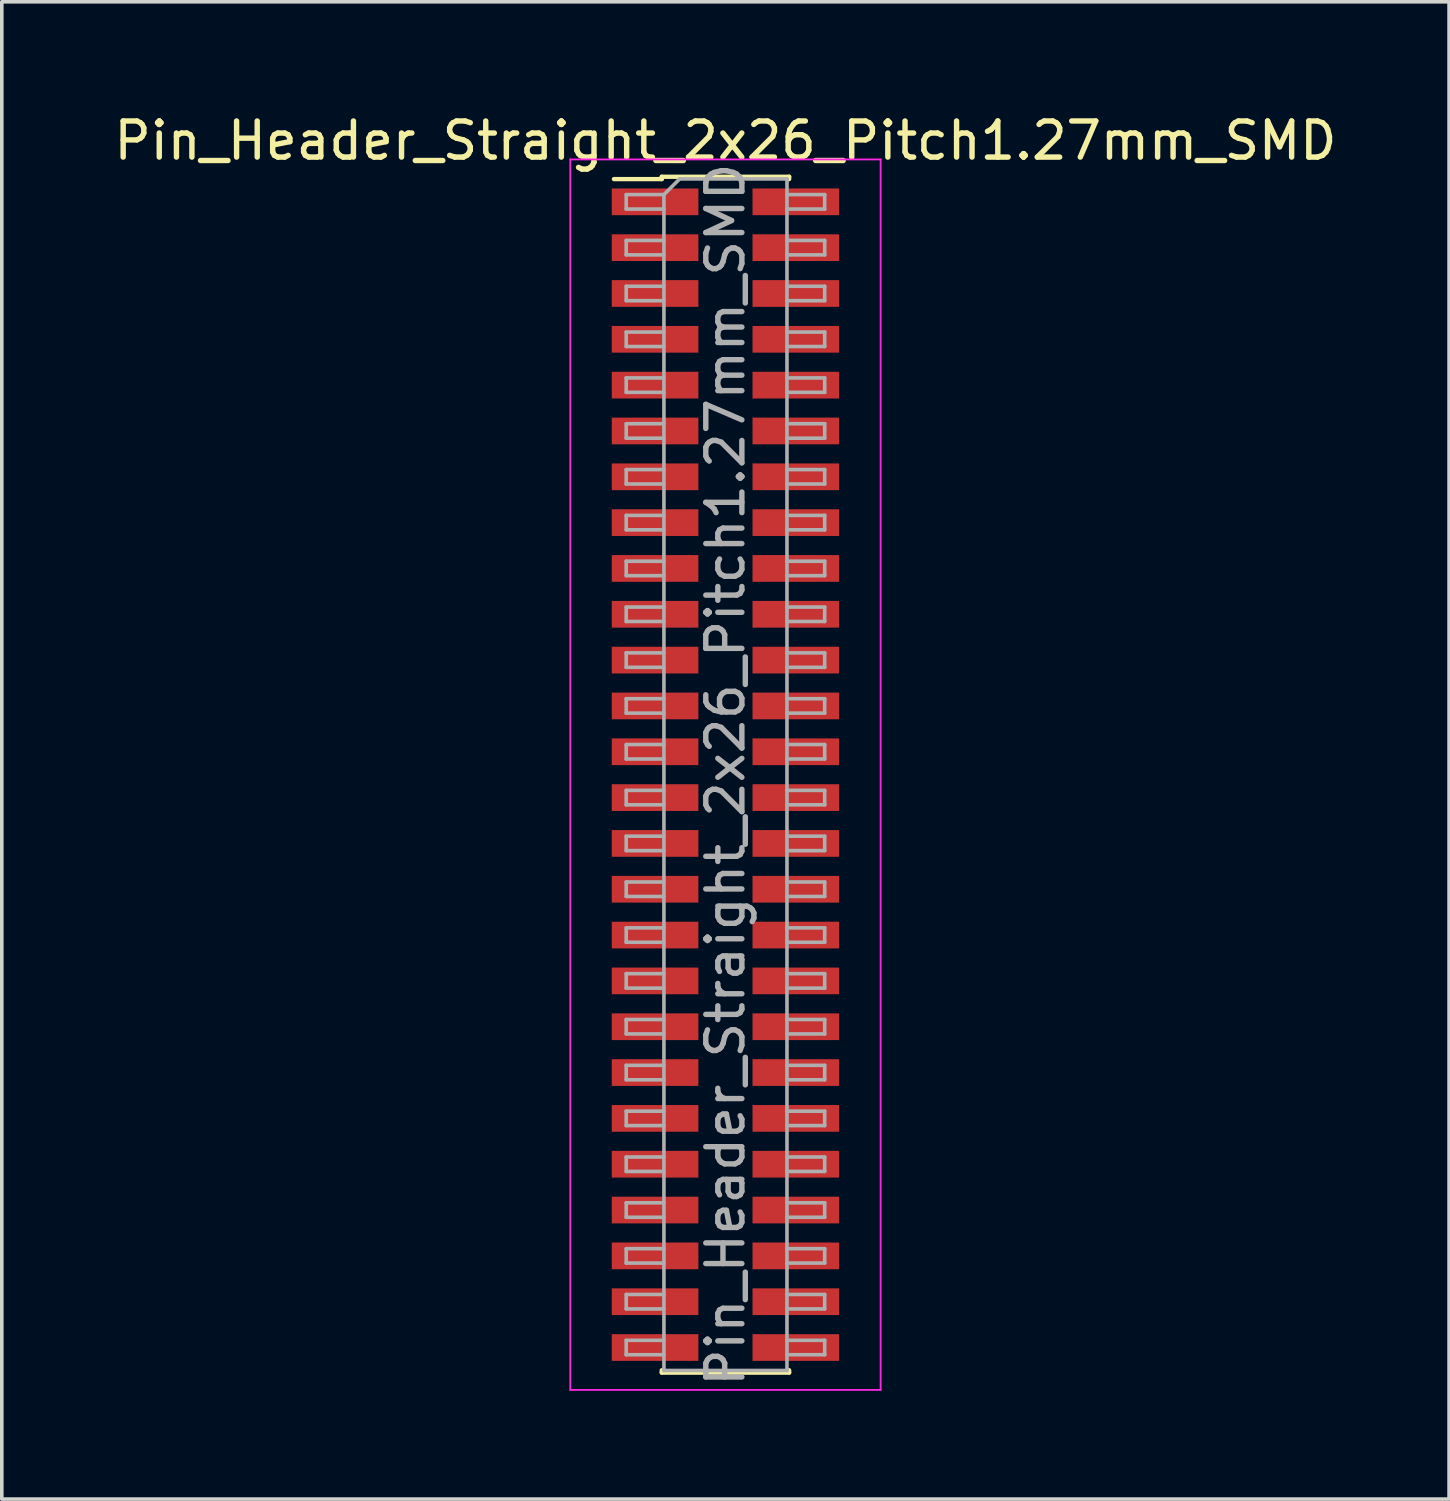
<source format=kicad_pcb>
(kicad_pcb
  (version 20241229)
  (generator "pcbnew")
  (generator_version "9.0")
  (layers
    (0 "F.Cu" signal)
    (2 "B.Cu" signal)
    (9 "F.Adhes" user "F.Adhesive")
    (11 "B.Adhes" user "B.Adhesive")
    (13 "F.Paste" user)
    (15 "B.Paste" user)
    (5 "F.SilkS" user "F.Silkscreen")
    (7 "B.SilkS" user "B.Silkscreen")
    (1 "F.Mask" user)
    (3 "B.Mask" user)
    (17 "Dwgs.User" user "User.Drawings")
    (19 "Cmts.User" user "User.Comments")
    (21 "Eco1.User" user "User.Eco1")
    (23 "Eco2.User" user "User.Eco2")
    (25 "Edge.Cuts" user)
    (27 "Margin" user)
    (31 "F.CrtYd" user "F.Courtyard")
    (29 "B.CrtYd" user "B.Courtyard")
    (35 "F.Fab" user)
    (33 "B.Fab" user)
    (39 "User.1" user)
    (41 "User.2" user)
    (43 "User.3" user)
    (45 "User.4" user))
  (footprint "Pin_Header_Straight_2x26_Pitch1.27mm_SMD"
    (layer "F.Cu")
    (at 17.054 18.418)
    (property "Reference" "Pin_Header_Straight_2x26_Pitch1.27mm_SMD" (at 0 -17.57 0) (layer "F.SilkS") (effects (font (size 1 1) (thickness 0.15))))
    (attr smd)
    (fp_line (start -3.09 -16.505) (end -1.765 -16.505) (stroke (width 0.12) (type solid)) (layer "F.SilkS"))
    (fp_line (start -1.765 -16.57) (end -1.765 -16.505) (stroke (width 0.12) (type solid)) (layer "F.SilkS"))
    (fp_line (start -1.765 -16.57) (end 1.765 -16.57) (stroke (width 0.12) (type solid)) (layer "F.SilkS"))
    (fp_line (start -1.765 16.505) (end -1.765 16.57) (stroke (width 0.12) (type solid)) (layer "F.SilkS"))
    (fp_line (start -1.765 16.57) (end 1.765 16.57) (stroke (width 0.12) (type solid)) (layer "F.SilkS"))
    (fp_line (start 1.765 -16.57) (end 1.765 -16.505) (stroke (width 0.12) (type solid)) (layer "F.SilkS"))
    (fp_line (start 1.765 16.505) (end 1.765 16.57) (stroke (width 0.12) (type solid)) (layer "F.SilkS"))
    (fp_line (start -4.3 -17.05) (end -4.3 17.05) (stroke (width 0.05) (type solid)) (layer "F.CrtYd"))
    (fp_line (start -4.3 17.05) (end 4.3 17.05) (stroke (width 0.05) (type solid)) (layer "F.CrtYd"))
    (fp_line (start 4.3 -17.05) (end -4.3 -17.05) (stroke (width 0.05) (type solid)) (layer "F.CrtYd"))
    (fp_line (start 4.3 17.05) (end 4.3 -17.05) (stroke (width 0.05) (type solid)) (layer "F.CrtYd"))
    (fp_line (start -2.75 -16.075) (end -2.75 -15.675) (stroke (width 0.1) (type solid)) (layer "F.Fab"))
    (fp_line (start -2.75 -15.675) (end -1.705 -15.675) (stroke (width 0.1) (type solid)) (layer "F.Fab"))
    (fp_line (start -2.75 -14.805) (end -2.75 -14.405) (stroke (width 0.1) (type solid)) (layer "F.Fab"))
    (fp_line (start -2.75 -14.405) (end -1.705 -14.405) (stroke (width 0.1) (type solid)) (layer "F.Fab"))
    (fp_line (start -2.75 -13.535) (end -2.75 -13.135) (stroke (width 0.1) (type solid)) (layer "F.Fab"))
    (fp_line (start -2.75 -13.135) (end -1.705 -13.135) (stroke (width 0.1) (type solid)) (layer "F.Fab"))
    (fp_line (start -2.75 -12.265) (end -2.75 -11.865) (stroke (width 0.1) (type solid)) (layer "F.Fab"))
    (fp_line (start -2.75 -11.865) (end -1.705 -11.865) (stroke (width 0.1) (type solid)) (layer "F.Fab"))
    (fp_line (start -2.75 -10.995) (end -2.75 -10.595) (stroke (width 0.1) (type solid)) (layer "F.Fab"))
    (fp_line (start -2.75 -10.595) (end -1.705 -10.595) (stroke (width 0.1) (type solid)) (layer "F.Fab"))
    (fp_line (start -2.75 -9.725) (end -2.75 -9.325) (stroke (width 0.1) (type solid)) (layer "F.Fab"))
    (fp_line (start -2.75 -9.325) (end -1.705 -9.325) (stroke (width 0.1) (type solid)) (layer "F.Fab"))
    (fp_line (start -2.75 -8.455) (end -2.75 -8.055) (stroke (width 0.1) (type solid)) (layer "F.Fab"))
    (fp_line (start -2.75 -8.055) (end -1.705 -8.055) (stroke (width 0.1) (type solid)) (layer "F.Fab"))
    (fp_line (start -2.75 -7.185) (end -2.75 -6.785) (stroke (width 0.1) (type solid)) (layer "F.Fab"))
    (fp_line (start -2.75 -6.785) (end -1.705 -6.785) (stroke (width 0.1) (type solid)) (layer "F.Fab"))
    (fp_line (start -2.75 -5.915) (end -2.75 -5.515) (stroke (width 0.1) (type solid)) (layer "F.Fab"))
    (fp_line (start -2.75 -5.515) (end -1.705 -5.515) (stroke (width 0.1) (type solid)) (layer "F.Fab"))
    (fp_line (start -2.75 -4.645) (end -2.75 -4.245) (stroke (width 0.1) (type solid)) (layer "F.Fab"))
    (fp_line (start -2.75 -4.245) (end -1.705 -4.245) (stroke (width 0.1) (type solid)) (layer "F.Fab"))
    (fp_line (start -2.75 -3.375) (end -2.75 -2.975) (stroke (width 0.1) (type solid)) (layer "F.Fab"))
    (fp_line (start -2.75 -2.975) (end -1.705 -2.975) (stroke (width 0.1) (type solid)) (layer "F.Fab"))
    (fp_line (start -2.75 -2.105) (end -2.75 -1.705) (stroke (width 0.1) (type solid)) (layer "F.Fab"))
    (fp_line (start -2.75 -1.705) (end -1.705 -1.705) (stroke (width 0.1) (type solid)) (layer "F.Fab"))
    (fp_line (start -2.75 -0.835) (end -2.75 -0.435) (stroke (width 0.1) (type solid)) (layer "F.Fab"))
    (fp_line (start -2.75 -0.435) (end -1.705 -0.435) (stroke (width 0.1) (type solid)) (layer "F.Fab"))
    (fp_line (start -2.75 0.435) (end -2.75 0.835) (stroke (width 0.1) (type solid)) (layer "F.Fab"))
    (fp_line (start -2.75 0.835) (end -1.705 0.835) (stroke (width 0.1) (type solid)) (layer "F.Fab"))
    (fp_line (start -2.75 1.705) (end -2.75 2.105) (stroke (width 0.1) (type solid)) (layer "F.Fab"))
    (fp_line (start -2.75 2.105) (end -1.705 2.105) (stroke (width 0.1) (type solid)) (layer "F.Fab"))
    (fp_line (start -2.75 2.975) (end -2.75 3.375) (stroke (width 0.1) (type solid)) (layer "F.Fab"))
    (fp_line (start -2.75 3.375) (end -1.705 3.375) (stroke (width 0.1) (type solid)) (layer "F.Fab"))
    (fp_line (start -2.75 4.245) (end -2.75 4.645) (stroke (width 0.1) (type solid)) (layer "F.Fab"))
    (fp_line (start -2.75 4.645) (end -1.705 4.645) (stroke (width 0.1) (type solid)) (layer "F.Fab"))
    (fp_line (start -2.75 5.515) (end -2.75 5.915) (stroke (width 0.1) (type solid)) (layer "F.Fab"))
    (fp_line (start -2.75 5.915) (end -1.705 5.915) (stroke (width 0.1) (type solid)) (layer "F.Fab"))
    (fp_line (start -2.75 6.785) (end -2.75 7.185) (stroke (width 0.1) (type solid)) (layer "F.Fab"))
    (fp_line (start -2.75 7.185) (end -1.705 7.185) (stroke (width 0.1) (type solid)) (layer "F.Fab"))
    (fp_line (start -2.75 8.055) (end -2.75 8.455) (stroke (width 0.1) (type solid)) (layer "F.Fab"))
    (fp_line (start -2.75 8.455) (end -1.705 8.455) (stroke (width 0.1) (type solid)) (layer "F.Fab"))
    (fp_line (start -2.75 9.325) (end -2.75 9.725) (stroke (width 0.1) (type solid)) (layer "F.Fab"))
    (fp_line (start -2.75 9.725) (end -1.705 9.725) (stroke (width 0.1) (type solid)) (layer "F.Fab"))
    (fp_line (start -2.75 10.595) (end -2.75 10.995) (stroke (width 0.1) (type solid)) (layer "F.Fab"))
    (fp_line (start -2.75 10.995) (end -1.705 10.995) (stroke (width 0.1) (type solid)) (layer "F.Fab"))
    (fp_line (start -2.75 11.865) (end -2.75 12.265) (stroke (width 0.1) (type solid)) (layer "F.Fab"))
    (fp_line (start -2.75 12.265) (end -1.705 12.265) (stroke (width 0.1) (type solid)) (layer "F.Fab"))
    (fp_line (start -2.75 13.135) (end -2.75 13.535) (stroke (width 0.1) (type solid)) (layer "F.Fab"))
    (fp_line (start -2.75 13.535) (end -1.705 13.535) (stroke (width 0.1) (type solid)) (layer "F.Fab"))
    (fp_line (start -2.75 14.405) (end -2.75 14.805) (stroke (width 0.1) (type solid)) (layer "F.Fab"))
    (fp_line (start -2.75 14.805) (end -1.705 14.805) (stroke (width 0.1) (type solid)) (layer "F.Fab"))
    (fp_line (start -2.75 15.675) (end -2.75 16.075) (stroke (width 0.1) (type solid)) (layer "F.Fab"))
    (fp_line (start -2.75 16.075) (end -1.705 16.075) (stroke (width 0.1) (type solid)) (layer "F.Fab"))
    (fp_line (start -1.705 -16.075) (end -2.75 -16.075) (stroke (width 0.1) (type solid)) (layer "F.Fab"))
    (fp_line (start -1.705 -16.075) (end -1.27 -16.51) (stroke (width 0.1) (type solid)) (layer "F.Fab"))
    (fp_line (start -1.705 -14.805) (end -2.75 -14.805) (stroke (width 0.1) (type solid)) (layer "F.Fab"))
    (fp_line (start -1.705 -13.535) (end -2.75 -13.535) (stroke (width 0.1) (type solid)) (layer "F.Fab"))
    (fp_line (start -1.705 -12.265) (end -2.75 -12.265) (stroke (width 0.1) (type solid)) (layer "F.Fab"))
    (fp_line (start -1.705 -10.995) (end -2.75 -10.995) (stroke (width 0.1) (type solid)) (layer "F.Fab"))
    (fp_line (start -1.705 -9.725) (end -2.75 -9.725) (stroke (width 0.1) (type solid)) (layer "F.Fab"))
    (fp_line (start -1.705 -8.455) (end -2.75 -8.455) (stroke (width 0.1) (type solid)) (layer "F.Fab"))
    (fp_line (start -1.705 -7.185) (end -2.75 -7.185) (stroke (width 0.1) (type solid)) (layer "F.Fab"))
    (fp_line (start -1.705 -5.915) (end -2.75 -5.915) (stroke (width 0.1) (type solid)) (layer "F.Fab"))
    (fp_line (start -1.705 -4.645) (end -2.75 -4.645) (stroke (width 0.1) (type solid)) (layer "F.Fab"))
    (fp_line (start -1.705 -3.375) (end -2.75 -3.375) (stroke (width 0.1) (type solid)) (layer "F.Fab"))
    (fp_line (start -1.705 -2.105) (end -2.75 -2.105) (stroke (width 0.1) (type solid)) (layer "F.Fab"))
    (fp_line (start -1.705 -0.835) (end -2.75 -0.835) (stroke (width 0.1) (type solid)) (layer "F.Fab"))
    (fp_line (start -1.705 0.435) (end -2.75 0.435) (stroke (width 0.1) (type solid)) (layer "F.Fab"))
    (fp_line (start -1.705 1.705) (end -2.75 1.705) (stroke (width 0.1) (type solid)) (layer "F.Fab"))
    (fp_line (start -1.705 2.975) (end -2.75 2.975) (stroke (width 0.1) (type solid)) (layer "F.Fab"))
    (fp_line (start -1.705 4.245) (end -2.75 4.245) (stroke (width 0.1) (type solid)) (layer "F.Fab"))
    (fp_line (start -1.705 5.515) (end -2.75 5.515) (stroke (width 0.1) (type solid)) (layer "F.Fab"))
    (fp_line (start -1.705 6.785) (end -2.75 6.785) (stroke (width 0.1) (type solid)) (layer "F.Fab"))
    (fp_line (start -1.705 8.055) (end -2.75 8.055) (stroke (width 0.1) (type solid)) (layer "F.Fab"))
    (fp_line (start -1.705 9.325) (end -2.75 9.325) (stroke (width 0.1) (type solid)) (layer "F.Fab"))
    (fp_line (start -1.705 10.595) (end -2.75 10.595) (stroke (width 0.1) (type solid)) (layer "F.Fab"))
    (fp_line (start -1.705 11.865) (end -2.75 11.865) (stroke (width 0.1) (type solid)) (layer "F.Fab"))
    (fp_line (start -1.705 13.135) (end -2.75 13.135) (stroke (width 0.1) (type solid)) (layer "F.Fab"))
    (fp_line (start -1.705 14.405) (end -2.75 14.405) (stroke (width 0.1) (type solid)) (layer "F.Fab"))
    (fp_line (start -1.705 15.675) (end -2.75 15.675) (stroke (width 0.1) (type solid)) (layer "F.Fab"))
    (fp_line (start -1.705 16.51) (end -1.705 -16.075) (stroke (width 0.1) (type solid)) (layer "F.Fab"))
    (fp_line (start -1.27 -16.51) (end 1.705 -16.51) (stroke (width 0.1) (type solid)) (layer "F.Fab"))
    (fp_line (start 1.705 -16.51) (end 1.705 16.51) (stroke (width 0.1) (type solid)) (layer "F.Fab"))
    (fp_line (start 1.705 -16.075) (end 2.75 -16.075) (stroke (width 0.1) (type solid)) (layer "F.Fab"))
    (fp_line (start 1.705 -14.805) (end 2.75 -14.805) (stroke (width 0.1) (type solid)) (layer "F.Fab"))
    (fp_line (start 1.705 -13.535) (end 2.75 -13.535) (stroke (width 0.1) (type solid)) (layer "F.Fab"))
    (fp_line (start 1.705 -12.265) (end 2.75 -12.265) (stroke (width 0.1) (type solid)) (layer "F.Fab"))
    (fp_line (start 1.705 -10.995) (end 2.75 -10.995) (stroke (width 0.1) (type solid)) (layer "F.Fab"))
    (fp_line (start 1.705 -9.725) (end 2.75 -9.725) (stroke (width 0.1) (type solid)) (layer "F.Fab"))
    (fp_line (start 1.705 -8.455) (end 2.75 -8.455) (stroke (width 0.1) (type solid)) (layer "F.Fab"))
    (fp_line (start 1.705 -7.185) (end 2.75 -7.185) (stroke (width 0.1) (type solid)) (layer "F.Fab"))
    (fp_line (start 1.705 -5.915) (end 2.75 -5.915) (stroke (width 0.1) (type solid)) (layer "F.Fab"))
    (fp_line (start 1.705 -4.645) (end 2.75 -4.645) (stroke (width 0.1) (type solid)) (layer "F.Fab"))
    (fp_line (start 1.705 -3.375) (end 2.75 -3.375) (stroke (width 0.1) (type solid)) (layer "F.Fab"))
    (fp_line (start 1.705 -2.105) (end 2.75 -2.105) (stroke (width 0.1) (type solid)) (layer "F.Fab"))
    (fp_line (start 1.705 -0.835) (end 2.75 -0.835) (stroke (width 0.1) (type solid)) (layer "F.Fab"))
    (fp_line (start 1.705 0.435) (end 2.75 0.435) (stroke (width 0.1) (type solid)) (layer "F.Fab"))
    (fp_line (start 1.705 1.705) (end 2.75 1.705) (stroke (width 0.1) (type solid)) (layer "F.Fab"))
    (fp_line (start 1.705 2.975) (end 2.75 2.975) (stroke (width 0.1) (type solid)) (layer "F.Fab"))
    (fp_line (start 1.705 4.245) (end 2.75 4.245) (stroke (width 0.1) (type solid)) (layer "F.Fab"))
    (fp_line (start 1.705 5.515) (end 2.75 5.515) (stroke (width 0.1) (type solid)) (layer "F.Fab"))
    (fp_line (start 1.705 6.785) (end 2.75 6.785) (stroke (width 0.1) (type solid)) (layer "F.Fab"))
    (fp_line (start 1.705 8.055) (end 2.75 8.055) (stroke (width 0.1) (type solid)) (layer "F.Fab"))
    (fp_line (start 1.705 9.325) (end 2.75 9.325) (stroke (width 0.1) (type solid)) (layer "F.Fab"))
    (fp_line (start 1.705 10.595) (end 2.75 10.595) (stroke (width 0.1) (type solid)) (layer "F.Fab"))
    (fp_line (start 1.705 11.865) (end 2.75 11.865) (stroke (width 0.1) (type solid)) (layer "F.Fab"))
    (fp_line (start 1.705 13.135) (end 2.75 13.135) (stroke (width 0.1) (type solid)) (layer "F.Fab"))
    (fp_line (start 1.705 14.405) (end 2.75 14.405) (stroke (width 0.1) (type solid)) (layer "F.Fab"))
    (fp_line (start 1.705 15.675) (end 2.75 15.675) (stroke (width 0.1) (type solid)) (layer "F.Fab"))
    (fp_line (start 1.705 16.51) (end -1.705 16.51) (stroke (width 0.1) (type solid)) (layer "F.Fab"))
    (fp_line (start 2.75 -16.075) (end 2.75 -15.675) (stroke (width 0.1) (type solid)) (layer "F.Fab"))
    (fp_line (start 2.75 -15.675) (end 1.705 -15.675) (stroke (width 0.1) (type solid)) (layer "F.Fab"))
    (fp_line (start 2.75 -14.805) (end 2.75 -14.405) (stroke (width 0.1) (type solid)) (layer "F.Fab"))
    (fp_line (start 2.75 -14.405) (end 1.705 -14.405) (stroke (width 0.1) (type solid)) (layer "F.Fab"))
    (fp_line (start 2.75 -13.535) (end 2.75 -13.135) (stroke (width 0.1) (type solid)) (layer "F.Fab"))
    (fp_line (start 2.75 -13.135) (end 1.705 -13.135) (stroke (width 0.1) (type solid)) (layer "F.Fab"))
    (fp_line (start 2.75 -12.265) (end 2.75 -11.865) (stroke (width 0.1) (type solid)) (layer "F.Fab"))
    (fp_line (start 2.75 -11.865) (end 1.705 -11.865) (stroke (width 0.1) (type solid)) (layer "F.Fab"))
    (fp_line (start 2.75 -10.995) (end 2.75 -10.595) (stroke (width 0.1) (type solid)) (layer "F.Fab"))
    (fp_line (start 2.75 -10.595) (end 1.705 -10.595) (stroke (width 0.1) (type solid)) (layer "F.Fab"))
    (fp_line (start 2.75 -9.725) (end 2.75 -9.325) (stroke (width 0.1) (type solid)) (layer "F.Fab"))
    (fp_line (start 2.75 -9.325) (end 1.705 -9.325) (stroke (width 0.1) (type solid)) (layer "F.Fab"))
    (fp_line (start 2.75 -8.455) (end 2.75 -8.055) (stroke (width 0.1) (type solid)) (layer "F.Fab"))
    (fp_line (start 2.75 -8.055) (end 1.705 -8.055) (stroke (width 0.1) (type solid)) (layer "F.Fab"))
    (fp_line (start 2.75 -7.185) (end 2.75 -6.785) (stroke (width 0.1) (type solid)) (layer "F.Fab"))
    (fp_line (start 2.75 -6.785) (end 1.705 -6.785) (stroke (width 0.1) (type solid)) (layer "F.Fab"))
    (fp_line (start 2.75 -5.915) (end 2.75 -5.515) (stroke (width 0.1) (type solid)) (layer "F.Fab"))
    (fp_line (start 2.75 -5.515) (end 1.705 -5.515) (stroke (width 0.1) (type solid)) (layer "F.Fab"))
    (fp_line (start 2.75 -4.645) (end 2.75 -4.245) (stroke (width 0.1) (type solid)) (layer "F.Fab"))
    (fp_line (start 2.75 -4.245) (end 1.705 -4.245) (stroke (width 0.1) (type solid)) (layer "F.Fab"))
    (fp_line (start 2.75 -3.375) (end 2.75 -2.975) (stroke (width 0.1) (type solid)) (layer "F.Fab"))
    (fp_line (start 2.75 -2.975) (end 1.705 -2.975) (stroke (width 0.1) (type solid)) (layer "F.Fab"))
    (fp_line (start 2.75 -2.105) (end 2.75 -1.705) (stroke (width 0.1) (type solid)) (layer "F.Fab"))
    (fp_line (start 2.75 -1.705) (end 1.705 -1.705) (stroke (width 0.1) (type solid)) (layer "F.Fab"))
    (fp_line (start 2.75 -0.835) (end 2.75 -0.435) (stroke (width 0.1) (type solid)) (layer "F.Fab"))
    (fp_line (start 2.75 -0.435) (end 1.705 -0.435) (stroke (width 0.1) (type solid)) (layer "F.Fab"))
    (fp_line (start 2.75 0.435) (end 2.75 0.835) (stroke (width 0.1) (type solid)) (layer "F.Fab"))
    (fp_line (start 2.75 0.835) (end 1.705 0.835) (stroke (width 0.1) (type solid)) (layer "F.Fab"))
    (fp_line (start 2.75 1.705) (end 2.75 2.105) (stroke (width 0.1) (type solid)) (layer "F.Fab"))
    (fp_line (start 2.75 2.105) (end 1.705 2.105) (stroke (width 0.1) (type solid)) (layer "F.Fab"))
    (fp_line (start 2.75 2.975) (end 2.75 3.375) (stroke (width 0.1) (type solid)) (layer "F.Fab"))
    (fp_line (start 2.75 3.375) (end 1.705 3.375) (stroke (width 0.1) (type solid)) (layer "F.Fab"))
    (fp_line (start 2.75 4.245) (end 2.75 4.645) (stroke (width 0.1) (type solid)) (layer "F.Fab"))
    (fp_line (start 2.75 4.645) (end 1.705 4.645) (stroke (width 0.1) (type solid)) (layer "F.Fab"))
    (fp_line (start 2.75 5.515) (end 2.75 5.915) (stroke (width 0.1) (type solid)) (layer "F.Fab"))
    (fp_line (start 2.75 5.915) (end 1.705 5.915) (stroke (width 0.1) (type solid)) (layer "F.Fab"))
    (fp_line (start 2.75 6.785) (end 2.75 7.185) (stroke (width 0.1) (type solid)) (layer "F.Fab"))
    (fp_line (start 2.75 7.185) (end 1.705 7.185) (stroke (width 0.1) (type solid)) (layer "F.Fab"))
    (fp_line (start 2.75 8.055) (end 2.75 8.455) (stroke (width 0.1) (type solid)) (layer "F.Fab"))
    (fp_line (start 2.75 8.455) (end 1.705 8.455) (stroke (width 0.1) (type solid)) (layer "F.Fab"))
    (fp_line (start 2.75 9.325) (end 2.75 9.725) (stroke (width 0.1) (type solid)) (layer "F.Fab"))
    (fp_line (start 2.75 9.725) (end 1.705 9.725) (stroke (width 0.1) (type solid)) (layer "F.Fab"))
    (fp_line (start 2.75 10.595) (end 2.75 10.995) (stroke (width 0.1) (type solid)) (layer "F.Fab"))
    (fp_line (start 2.75 10.995) (end 1.705 10.995) (stroke (width 0.1) (type solid)) (layer "F.Fab"))
    (fp_line (start 2.75 11.865) (end 2.75 12.265) (stroke (width 0.1) (type solid)) (layer "F.Fab"))
    (fp_line (start 2.75 12.265) (end 1.705 12.265) (stroke (width 0.1) (type solid)) (layer "F.Fab"))
    (fp_line (start 2.75 13.135) (end 2.75 13.535) (stroke (width 0.1) (type solid)) (layer "F.Fab"))
    (fp_line (start 2.75 13.535) (end 1.705 13.535) (stroke (width 0.1) (type solid)) (layer "F.Fab"))
    (fp_line (start 2.75 14.405) (end 2.75 14.805) (stroke (width 0.1) (type solid)) (layer "F.Fab"))
    (fp_line (start 2.75 14.805) (end 1.705 14.805) (stroke (width 0.1) (type solid)) (layer "F.Fab"))
    (fp_line (start 2.75 15.675) (end 2.75 16.075) (stroke (width 0.1) (type solid)) (layer "F.Fab"))
    (fp_line (start 2.75 16.075) (end 1.705 16.075) (stroke (width 0.1) (type solid)) (layer "F.Fab"))
    (fp_text user "${REFERENCE}" (at 0 0 90) (layer "F.Fab") (effects (font (size 1 1) (thickness 0.15))))
    (pad "1" smd rect (at -1.95 -15.875) (size 2.4 0.74) (layers "F.Cu" "F.Mask" "F.Paste"))
    (pad "2" smd rect (at 1.95 -15.875) (size 2.4 0.74) (layers "F.Cu" "F.Mask" "F.Paste"))
    (pad "3" smd rect (at -1.95 -14.605) (size 2.4 0.74) (layers "F.Cu" "F.Mask" "F.Paste"))
    (pad "4" smd rect (at 1.95 -14.605) (size 2.4 0.74) (layers "F.Cu" "F.Mask" "F.Paste"))
    (pad "5" smd rect (at -1.95 -13.335) (size 2.4 0.74) (layers "F.Cu" "F.Mask" "F.Paste"))
    (pad "6" smd rect (at 1.95 -13.335) (size 2.4 0.74) (layers "F.Cu" "F.Mask" "F.Paste"))
    (pad "7" smd rect (at -1.95 -12.065) (size 2.4 0.74) (layers "F.Cu" "F.Mask" "F.Paste"))
    (pad "8" smd rect (at 1.95 -12.065) (size 2.4 0.74) (layers "F.Cu" "F.Mask" "F.Paste"))
    (pad "9" smd rect (at -1.95 -10.795) (size 2.4 0.74) (layers "F.Cu" "F.Mask" "F.Paste"))
    (pad "10" smd rect (at 1.95 -10.795) (size 2.4 0.74) (layers "F.Cu" "F.Mask" "F.Paste"))
    (pad "11" smd rect (at -1.95 -9.525) (size 2.4 0.74) (layers "F.Cu" "F.Mask" "F.Paste"))
    (pad "12" smd rect (at 1.95 -9.525) (size 2.4 0.74) (layers "F.Cu" "F.Mask" "F.Paste"))
    (pad "13" smd rect (at -1.95 -8.255) (size 2.4 0.74) (layers "F.Cu" "F.Mask" "F.Paste"))
    (pad "14" smd rect (at 1.95 -8.255) (size 2.4 0.74) (layers "F.Cu" "F.Mask" "F.Paste"))
    (pad "15" smd rect (at -1.95 -6.985) (size 2.4 0.74) (layers "F.Cu" "F.Mask" "F.Paste"))
    (pad "16" smd rect (at 1.95 -6.985) (size 2.4 0.74) (layers "F.Cu" "F.Mask" "F.Paste"))
    (pad "17" smd rect (at -1.95 -5.715) (size 2.4 0.74) (layers "F.Cu" "F.Mask" "F.Paste"))
    (pad "18" smd rect (at 1.95 -5.715) (size 2.4 0.74) (layers "F.Cu" "F.Mask" "F.Paste"))
    (pad "19" smd rect (at -1.95 -4.445) (size 2.4 0.74) (layers "F.Cu" "F.Mask" "F.Paste"))
    (pad "20" smd rect (at 1.95 -4.445) (size 2.4 0.74) (layers "F.Cu" "F.Mask" "F.Paste"))
    (pad "21" smd rect (at -1.95 -3.175) (size 2.4 0.74) (layers "F.Cu" "F.Mask" "F.Paste"))
    (pad "22" smd rect (at 1.95 -3.175) (size 2.4 0.74) (layers "F.Cu" "F.Mask" "F.Paste"))
    (pad "23" smd rect (at -1.95 -1.905) (size 2.4 0.74) (layers "F.Cu" "F.Mask" "F.Paste"))
    (pad "24" smd rect (at 1.95 -1.905) (size 2.4 0.74) (layers "F.Cu" "F.Mask" "F.Paste"))
    (pad "25" smd rect (at -1.95 -0.635) (size 2.4 0.74) (layers "F.Cu" "F.Mask" "F.Paste"))
    (pad "26" smd rect (at 1.95 -0.635) (size 2.4 0.74) (layers "F.Cu" "F.Mask" "F.Paste"))
    (pad "27" smd rect (at -1.95 0.635) (size 2.4 0.74) (layers "F.Cu" "F.Mask" "F.Paste"))
    (pad "28" smd rect (at 1.95 0.635) (size 2.4 0.74) (layers "F.Cu" "F.Mask" "F.Paste"))
    (pad "29" smd rect (at -1.95 1.905) (size 2.4 0.74) (layers "F.Cu" "F.Mask" "F.Paste"))
    (pad "30" smd rect (at 1.95 1.905) (size 2.4 0.74) (layers "F.Cu" "F.Mask" "F.Paste"))
    (pad "31" smd rect (at -1.95 3.175) (size 2.4 0.74) (layers "F.Cu" "F.Mask" "F.Paste"))
    (pad "32" smd rect (at 1.95 3.175) (size 2.4 0.74) (layers "F.Cu" "F.Mask" "F.Paste"))
    (pad "33" smd rect (at -1.95 4.445) (size 2.4 0.74) (layers "F.Cu" "F.Mask" "F.Paste"))
    (pad "34" smd rect (at 1.95 4.445) (size 2.4 0.74) (layers "F.Cu" "F.Mask" "F.Paste"))
    (pad "35" smd rect (at -1.95 5.715) (size 2.4 0.74) (layers "F.Cu" "F.Mask" "F.Paste"))
    (pad "36" smd rect (at 1.95 5.715) (size 2.4 0.74) (layers "F.Cu" "F.Mask" "F.Paste"))
    (pad "37" smd rect (at -1.95 6.985) (size 2.4 0.74) (layers "F.Cu" "F.Mask" "F.Paste"))
    (pad "38" smd rect (at 1.95 6.985) (size 2.4 0.74) (layers "F.Cu" "F.Mask" "F.Paste"))
    (pad "39" smd rect (at -1.95 8.255) (size 2.4 0.74) (layers "F.Cu" "F.Mask" "F.Paste"))
    (pad "40" smd rect (at 1.95 8.255) (size 2.4 0.74) (layers "F.Cu" "F.Mask" "F.Paste"))
    (pad "41" smd rect (at -1.95 9.525) (size 2.4 0.74) (layers "F.Cu" "F.Mask" "F.Paste"))
    (pad "42" smd rect (at 1.95 9.525) (size 2.4 0.74) (layers "F.Cu" "F.Mask" "F.Paste"))
    (pad "43" smd rect (at -1.95 10.795) (size 2.4 0.74) (layers "F.Cu" "F.Mask" "F.Paste"))
    (pad "44" smd rect (at 1.95 10.795) (size 2.4 0.74) (layers "F.Cu" "F.Mask" "F.Paste"))
    (pad "45" smd rect (at -1.95 12.065) (size 2.4 0.74) (layers "F.Cu" "F.Mask" "F.Paste"))
    (pad "46" smd rect (at 1.95 12.065) (size 2.4 0.74) (layers "F.Cu" "F.Mask" "F.Paste"))
    (pad "47" smd rect (at -1.95 13.335) (size 2.4 0.74) (layers "F.Cu" "F.Mask" "F.Paste"))
    (pad "48" smd rect (at 1.95 13.335) (size 2.4 0.74) (layers "F.Cu" "F.Mask" "F.Paste"))
    (pad "49" smd rect (at -1.95 14.605) (size 2.4 0.74) (layers "F.Cu" "F.Mask" "F.Paste"))
    (pad "50" smd rect (at 1.95 14.605) (size 2.4 0.74) (layers "F.Cu" "F.Mask" "F.Paste"))
    (pad "51" smd rect (at -1.95 15.875) (size 2.4 0.74) (layers "F.Cu" "F.Mask" "F.Paste"))
    (pad "52" smd rect (at 1.95 15.875) (size 2.4 0.74) (layers "F.Cu" "F.Mask" "F.Paste")))
  (gr_rect
    (start -3 -3)
    (end 37.107 38.493)
    (stroke (width 0.1) (type default))
    (fill no)
    (layer "Edge.Cuts")))
</source>
